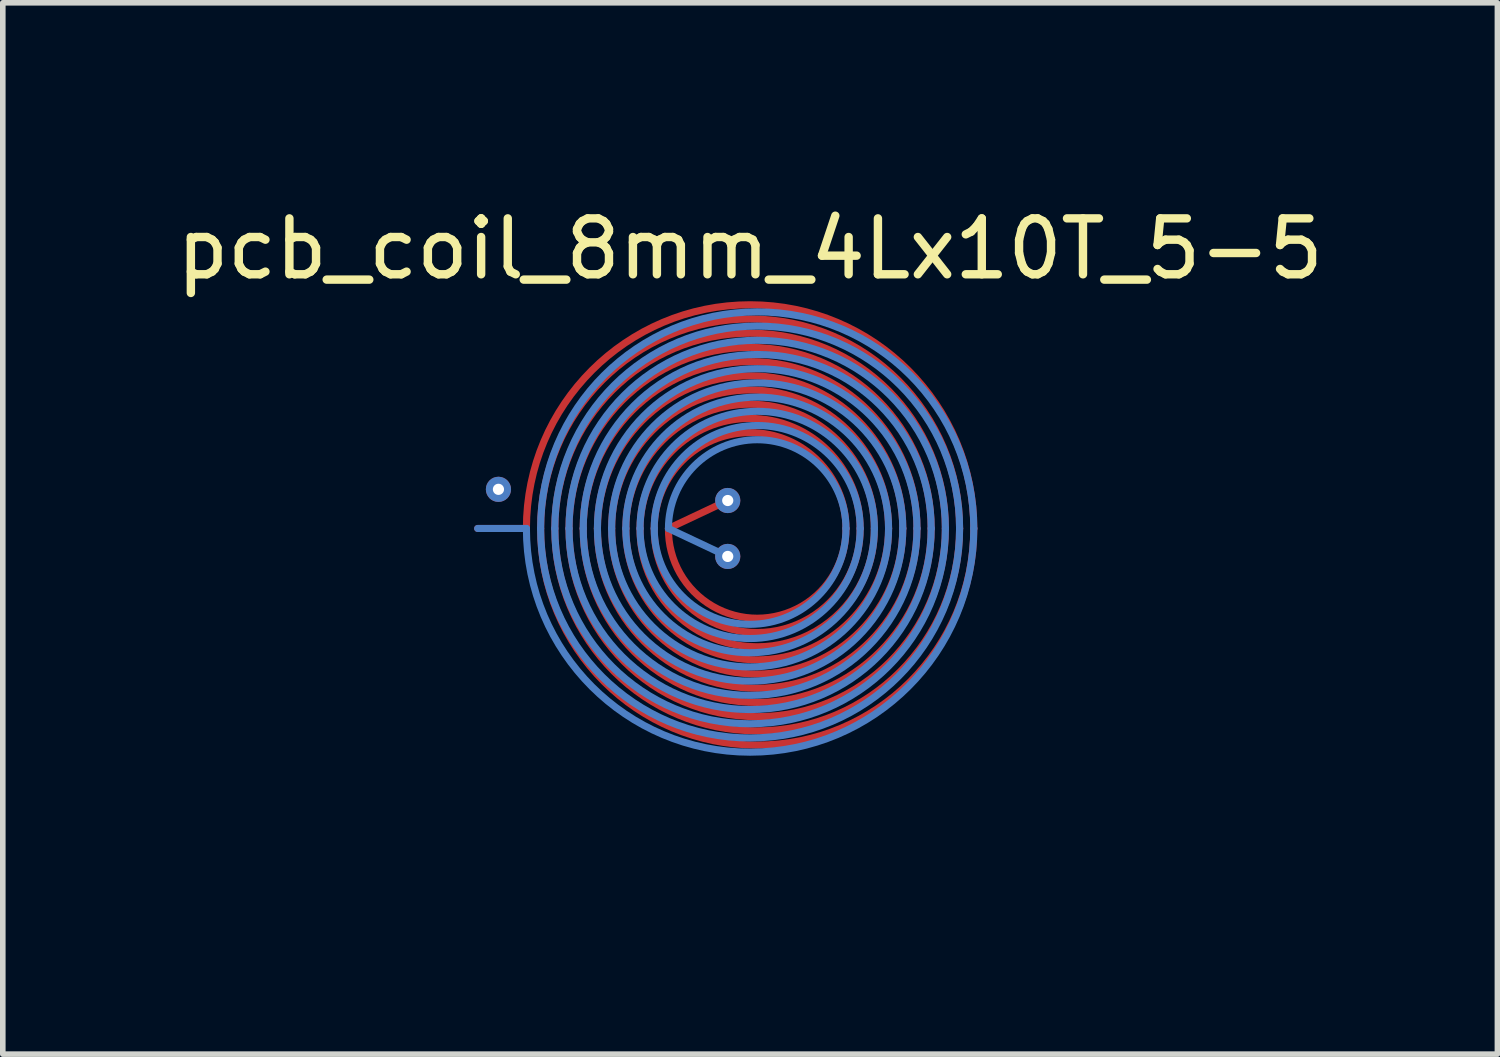
<source format=kicad_pcb>
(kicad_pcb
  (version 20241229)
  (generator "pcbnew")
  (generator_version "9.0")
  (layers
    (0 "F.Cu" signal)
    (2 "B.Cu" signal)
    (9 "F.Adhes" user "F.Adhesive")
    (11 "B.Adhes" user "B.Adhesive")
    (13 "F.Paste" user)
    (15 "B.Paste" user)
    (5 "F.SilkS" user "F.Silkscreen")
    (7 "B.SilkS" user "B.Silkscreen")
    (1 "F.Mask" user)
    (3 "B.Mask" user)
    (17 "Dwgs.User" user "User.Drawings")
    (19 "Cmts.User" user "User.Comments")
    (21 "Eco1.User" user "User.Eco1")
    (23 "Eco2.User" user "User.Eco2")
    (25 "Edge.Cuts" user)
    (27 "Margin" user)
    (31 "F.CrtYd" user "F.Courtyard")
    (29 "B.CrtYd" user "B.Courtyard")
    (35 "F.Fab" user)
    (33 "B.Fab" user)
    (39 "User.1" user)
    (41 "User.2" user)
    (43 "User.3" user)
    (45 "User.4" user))
  (footprint "pcb_coil_8mm_4Lx10T_5-5"
    (layer "F.Cu")
    (at 10.363 6.4)
    (property "Reference" "pcb_coil_8mm_4Lx10T_5-5" (at 0 -5 0) (unlocked yes) (layer "F.SilkS") (effects (font (size 1 1) (thickness 0.15))))
    (attr through_hole exclude_from_bom)
    (fp_line (start -1.46 0) (end -0.4 -0.5) (stroke (width 0.127) (type solid)) (layer "F.Cu"))
    (fp_arc (start -4 0) (mid 0 -4) (end 4 0) (stroke (width 0.127) (type solid)) (layer "F.Cu"))
    (fp_arc (start -3.746 0) (mid 0 -3.746) (end 3.746 0) (stroke (width 0.127) (type solid)) (layer "F.Cu"))
    (fp_arc (start -3.492 0) (mid 0 -3.492) (end 3.492 0) (stroke (width 0.127) (type solid)) (layer "F.Cu"))
    (fp_arc (start -3.238 0) (mid 0 -3.238) (end 3.238 0) (stroke (width 0.127) (type solid)) (layer "F.Cu"))
    (fp_arc (start -2.984 0) (mid 0 -2.984) (end 2.984 0) (stroke (width 0.127) (type solid)) (layer "F.Cu"))
    (fp_arc (start -2.73 0) (mid 0 -2.73) (end 2.73 0) (stroke (width 0.127) (type solid)) (layer "F.Cu"))
    (fp_arc (start -2.476 0) (mid 0 -2.476) (end 2.476 0) (stroke (width 0.127) (type solid)) (layer "F.Cu"))
    (fp_arc (start -2.222 0) (mid 0 -2.222) (end 2.222 0) (stroke (width 0.127) (type solid)) (layer "F.Cu"))
    (fp_arc (start -1.968 0) (mid 0 -1.968) (end 1.968 0) (stroke (width 0.127) (type solid)) (layer "F.Cu"))
    (fp_arc (start -1.714 0) (mid 0 -1.714) (end 1.714 0) (stroke (width 0.127) (type solid)) (layer "F.Cu"))
    (fp_arc (start 1.714 0) (mid 0.127 1.607456) (end -1.46 0) (stroke (width 0.127) (type solid)) (layer "F.Cu"))
    (fp_arc (start 1.968 0) (mid 0.127 1.858605) (end -1.714 0) (stroke (width 0.127) (type solid)) (layer "F.Cu"))
    (fp_arc (start 2.222 0) (mid 0.127 2.110455) (end -1.968 0) (stroke (width 0.127) (type solid)) (layer "F.Cu"))
    (fp_arc (start 2.476 0) (mid 0.127 2.362773) (end -2.222 0) (stroke (width 0.127) (type solid)) (layer "F.Cu"))
    (fp_arc (start 2.73 0) (mid 0.127 2.615423) (end -2.476 0) (stroke (width 0.127) (type solid)) (layer "F.Cu"))
    (fp_arc (start 2.984 0) (mid 0.127 2.868313) (end -2.73 0) (stroke (width 0.127) (type solid)) (layer "F.Cu"))
    (fp_arc (start 3.238 0) (mid 0.127 3.121386) (end -2.984 0) (stroke (width 0.127) (type solid)) (layer "F.Cu"))
    (fp_arc (start 3.492 0) (mid 0.127 3.3746) (end -3.238 0) (stroke (width 0.127) (type solid)) (layer "F.Cu"))
    (fp_arc (start 3.746 0) (mid 0.127 3.627925) (end -3.492 0) (stroke (width 0.127) (type solid)) (layer "F.Cu"))
    (fp_arc (start 4 0) (mid 0.127 3.881338) (end -3.746 0) (stroke (width 0.127) (type solid)) (layer "F.Cu"))
    (fp_line (start -1.46 0) (end -0.4 0.5) (stroke (width 0.127) (type solid)) (layer "B.Cu"))
    (fp_arc (start -3.746 0) (mid 0.127 -3.873) (end 4 0) (stroke (width 0.127) (type solid)) (layer "B.Cu"))
    (fp_arc (start -3.492 0) (mid 0.127 -3.619) (end 3.746 0) (stroke (width 0.127) (type solid)) (layer "B.Cu"))
    (fp_arc (start -3.238 0) (mid 0.127 -3.365) (end 3.492 0) (stroke (width 0.127) (type solid)) (layer "B.Cu"))
    (fp_arc (start -2.984 0) (mid 0.127 -3.111) (end 3.238 0) (stroke (width 0.127) (type solid)) (layer "B.Cu"))
    (fp_arc (start -2.73 0) (mid 0.127 -2.857) (end 2.984 0) (stroke (width 0.127) (type solid)) (layer "B.Cu"))
    (fp_arc (start -2.476 0) (mid 0.127 -2.603) (end 2.73 0) (stroke (width 0.127) (type solid)) (layer "B.Cu"))
    (fp_arc (start -2.222 0) (mid 0.127 -2.349) (end 2.476 0) (stroke (width 0.127) (type solid)) (layer "B.Cu"))
    (fp_arc (start -1.968 0) (mid 0.127 -2.095) (end 2.222 0) (stroke (width 0.127) (type solid)) (layer "B.Cu"))
    (fp_arc (start -1.714 0) (mid 0.127 -1.841) (end 1.968 0) (stroke (width 0.127) (type solid)) (layer "B.Cu"))
    (fp_arc (start -1.46 0) (mid 0.127 -1.587) (end 1.714 0) (stroke (width 0.127) (type solid)) (layer "B.Cu"))
    (fp_arc (start 1.714 0) (mid 0 1.714) (end -1.714 0) (stroke (width 0.127) (type solid)) (layer "B.Cu"))
    (fp_arc (start 1.968 0) (mid 0 1.968) (end -1.968 0) (stroke (width 0.127) (type solid)) (layer "B.Cu"))
    (fp_arc (start 2.222 0) (mid 0 2.222) (end -2.222 0) (stroke (width 0.127) (type solid)) (layer "B.Cu"))
    (fp_arc (start 2.476 0) (mid 0 2.476) (end -2.476 0) (stroke (width 0.127) (type solid)) (layer "B.Cu"))
    (fp_arc (start 2.73 0) (mid 0 2.73) (end -2.73 0) (stroke (width 0.127) (type solid)) (layer "B.Cu"))
    (fp_arc (start 2.984 0) (mid 0 2.984) (end -2.984 0) (stroke (width 0.127) (type solid)) (layer "B.Cu"))
    (fp_arc (start 3.238 0) (mid 0 3.238) (end -3.238 0) (stroke (width 0.127) (type solid)) (layer "B.Cu"))
    (fp_arc (start 3.492 0) (mid 0 3.492) (end -3.492 0) (stroke (width 0.127) (type solid)) (layer "B.Cu"))
    (fp_arc (start 3.746 0) (mid 0 3.746) (end -3.746 0) (stroke (width 0.127) (type solid)) (layer "B.Cu"))
    (fp_arc (start 4 0) (mid 0 4) (end -4 0) (stroke (width 0.127) (type solid)) (layer "B.Cu"))
    (fp_line (start -4 0) (end -4.5 -0.7) (stroke (width 0.127) (type solid)) (layer "In1.Cu"))
    (fp_line (start -1.46 0) (end -0.4 -0.5) (stroke (width 0.127) (type solid)) (layer "In1.Cu"))
    (fp_arc (start -3.746 0) (mid 0.127 -3.873) (end 4 0) (stroke (width 0.127) (type solid)) (layer "In1.Cu"))
    (fp_arc (start -3.492 0) (mid 0.127 -3.619) (end 3.746 0) (stroke (width 0.127) (type solid)) (layer "In1.Cu"))
    (fp_arc (start -3.238 0) (mid 0.127 -3.365) (end 3.492 0) (stroke (width 0.127) (type solid)) (layer "In1.Cu"))
    (fp_arc (start -2.984 0) (mid 0.127 -3.111) (end 3.238 0) (stroke (width 0.127) (type solid)) (layer "In1.Cu"))
    (fp_arc (start -2.73 0) (mid 0.127 -2.857) (end 2.984 0) (stroke (width 0.127) (type solid)) (layer "In1.Cu"))
    (fp_arc (start -2.476 0) (mid 0.127 -2.603) (end 2.73 0) (stroke (width 0.127) (type solid)) (layer "In1.Cu"))
    (fp_arc (start -2.222 0) (mid 0.127 -2.349) (end 2.476 0) (stroke (width 0.127) (type solid)) (layer "In1.Cu"))
    (fp_arc (start -1.968 0) (mid 0.127 -2.095) (end 2.222 0) (stroke (width 0.127) (type solid)) (layer "In1.Cu"))
    (fp_arc (start -1.714 0) (mid 0.127 -1.841) (end 1.968 0) (stroke (width 0.127) (type solid)) (layer "In1.Cu"))
    (fp_arc (start -1.46 0) (mid 0.127 -1.587) (end 1.714 0) (stroke (width 0.127) (type solid)) (layer "In1.Cu"))
    (fp_arc (start 1.714 0) (mid 0 1.714) (end -1.714 0) (stroke (width 0.127) (type solid)) (layer "In1.Cu"))
    (fp_arc (start 1.968 0) (mid 0 1.968) (end -1.968 0) (stroke (width 0.127) (type solid)) (layer "In1.Cu"))
    (fp_arc (start 2.222 0) (mid 0 2.222) (end -2.222 0) (stroke (width 0.127) (type solid)) (layer "In1.Cu"))
    (fp_arc (start 2.476 0) (mid 0 2.476) (end -2.476 0) (stroke (width 0.127) (type solid)) (layer "In1.Cu"))
    (fp_arc (start 2.73 0) (mid 0 2.73) (end -2.73 0) (stroke (width 0.127) (type solid)) (layer "In1.Cu"))
    (fp_arc (start 2.984 0) (mid 0 2.984) (end -2.984 0) (stroke (width 0.127) (type solid)) (layer "In1.Cu"))
    (fp_arc (start 3.238 0) (mid 0 3.238) (end -3.238 0) (stroke (width 0.127) (type solid)) (layer "In1.Cu"))
    (fp_arc (start 3.492 0) (mid 0 3.492) (end -3.492 0) (stroke (width 0.127) (type solid)) (layer "In1.Cu"))
    (fp_arc (start 3.746 0) (mid 0 3.746) (end -3.746 0) (stroke (width 0.127) (type solid)) (layer "In1.Cu"))
    (fp_arc (start 4 0) (mid 0 4) (end -4 0) (stroke (width 0.127) (type solid)) (layer "In1.Cu"))
    (fp_line (start -4 0) (end -4.5 -0.7) (stroke (width 0.127) (type solid)) (layer "In2.Cu"))
    (fp_line (start -1.46 0) (end -0.4 0.5) (stroke (width 0.127) (type solid)) (layer "In2.Cu"))
    (fp_arc (start -4 0) (mid 0 -4) (end 4 0) (stroke (width 0.127) (type solid)) (layer "In2.Cu"))
    (fp_arc (start -3.746 0) (mid 0 -3.746) (end 3.746 0) (stroke (width 0.127) (type solid)) (layer "In2.Cu"))
    (fp_arc (start -3.492 0) (mid 0 -3.492) (end 3.492 0) (stroke (width 0.127) (type solid)) (layer "In2.Cu"))
    (fp_arc (start -3.238 0) (mid 0 -3.238) (end 3.238 0) (stroke (width 0.127) (type solid)) (layer "In2.Cu"))
    (fp_arc (start -2.984 0) (mid 0 -2.984) (end 2.984 0) (stroke (width 0.127) (type solid)) (layer "In2.Cu"))
    (fp_arc (start -2.73 0) (mid 0 -2.73) (end 2.73 0) (stroke (width 0.127) (type solid)) (layer "In2.Cu"))
    (fp_arc (start -2.476 0) (mid 0 -2.476) (end 2.476 0) (stroke (width 0.127) (type solid)) (layer "In2.Cu"))
    (fp_arc (start -2.222 0) (mid 0 -2.222) (end 2.222 0) (stroke (width 0.127) (type solid)) (layer "In2.Cu"))
    (fp_arc (start -1.968 0) (mid 0 -1.968) (end 1.968 0) (stroke (width 0.127) (type solid)) (layer "In2.Cu"))
    (fp_arc (start -1.714 0) (mid 0 -1.714) (end 1.714 0) (stroke (width 0.127) (type solid)) (layer "In2.Cu"))
    (fp_arc (start 1.714 0) (mid 0.127 1.607456) (end -1.46 0) (stroke (width 0.127) (type solid)) (layer "In2.Cu"))
    (fp_arc (start 1.968 0) (mid 0.127 1.858605) (end -1.714 0) (stroke (width 0.127) (type solid)) (layer "In2.Cu"))
    (fp_arc (start 2.222 0) (mid 0.127 2.110455) (end -1.968 0) (stroke (width 0.127) (type solid)) (layer "In2.Cu"))
    (fp_arc (start 2.476 0) (mid 0.127 2.362773) (end -2.222 0) (stroke (width 0.127) (type solid)) (layer "In2.Cu"))
    (fp_arc (start 2.73 0) (mid 0.127 2.615423) (end -2.476 0) (stroke (width 0.127) (type solid)) (layer "In2.Cu"))
    (fp_arc (start 2.984 0) (mid 0.127 2.868313) (end -2.73 0) (stroke (width 0.127) (type solid)) (layer "In2.Cu"))
    (fp_arc (start 3.238 0) (mid 0.127 3.121386) (end -2.984 0) (stroke (width 0.127) (type solid)) (layer "In2.Cu"))
    (fp_arc (start 3.492 0) (mid 0.127 3.3746) (end -3.238 0) (stroke (width 0.127) (type solid)) (layer "In2.Cu"))
    (fp_arc (start 3.746 0) (mid 0.127 3.627925) (end -3.492 0) (stroke (width 0.127) (type solid)) (layer "In2.Cu"))
    (fp_arc (start 4 0) (mid 0.127 3.881338) (end -3.746 0) (stroke (width 0.127) (type solid)) (layer "In2.Cu"))
    (pad "1" smd roundrect (at -4.436 0) (size 1 0.127) (layers "B.Cu") (roundrect_rratio 0.5))
    (pad "2" smd roundrect (at -4.436 0) (size 1 0.127) (layers "F.Cu") (roundrect_rratio 0.5))
    (pad "3" thru_hole circle (at -0.4 -0.5) (size 0.45 0.45) (drill 0.2) (layers "*.Cu" "*.Mask"))
    (pad "4" thru_hole circle (at -0.4 0.5) (size 0.45 0.45) (drill 0.2) (layers "*.Cu" "*.Mask"))
    (pad "5" thru_hole circle (at -4.5 -0.7) (size 0.45 0.45) (drill 0.2) (layers "*.Cu" "*.Mask"))
    (zone (net_name "") (layers "F.Cu" "B.Cu") (name "MagneticField") (hatch edge 0.508) (connect_pads) (min_thickness 0.254) (filled_areas_thickness no) (keepout (tracks allowed) (vias allowed) (pads allowed) (copperpour not_allowed) (footprints not_allowed)) (placement (enabled no)) (fill) (polygon (pts (xy 16.763 6.904) (xy 16.605 7.899) (xy 16.294 8.857) (xy 15.837 9.754) (xy 15.245 10.569) (xy 14.532 11.282) (xy 13.717 11.874) (xy 12.82 12.331) (xy 11.862 12.642) (xy 10.867 12.8) (xy 9.859 12.8) (xy 8.864 12.642) (xy 7.906 12.331) (xy 7.009 11.874) (xy 6.194 11.282) (xy 5.481 10.569) (xy 4.889 9.754) (xy 4.432 8.857) (xy 4.121 7.899) (xy 3.963 6.904) (xy 3.963 5.896) (xy 4.121 4.901) (xy 4.432 3.943) (xy 4.889 3.046) (xy 5.481 2.231) (xy 6.194 1.518) (xy 7.009 0.926) (xy 7.906 0.469) (xy 8.864 0.158) (xy 9.859 0) (xy 10.867 0) (xy 11.862 0.158) (xy 12.82 0.469) (xy 13.717 0.926) (xy 14.532 1.518) (xy 15.245 2.231) (xy 15.837 3.046) (xy 16.294 3.943) (xy 16.605 4.901) (xy 16.763 5.896)))))
  (gr_rect
    (start -3 -3)
    (end 23.726 15.8)
    (stroke (width 0.1) (type default))
    (fill no)
    (layer "Edge.Cuts")))
</source>
